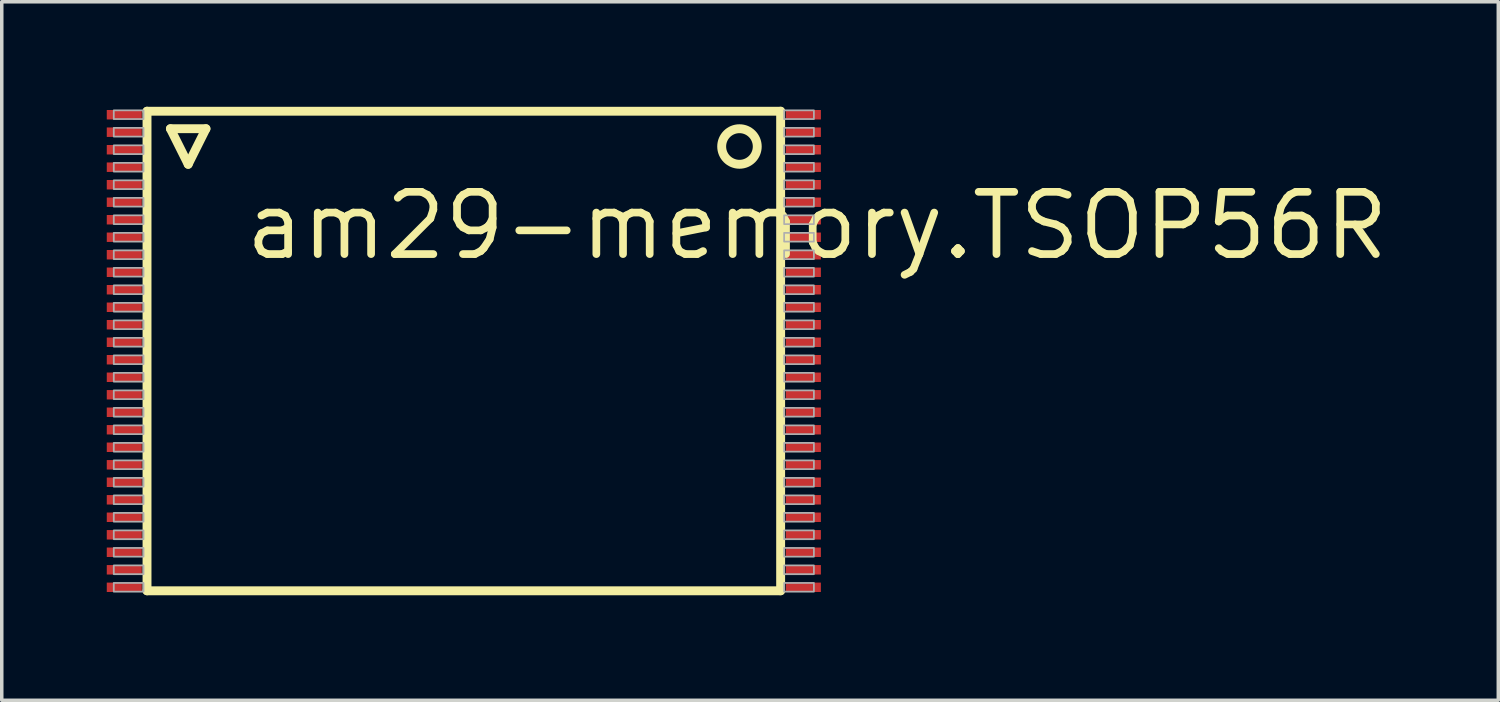
<source format=kicad_pcb>
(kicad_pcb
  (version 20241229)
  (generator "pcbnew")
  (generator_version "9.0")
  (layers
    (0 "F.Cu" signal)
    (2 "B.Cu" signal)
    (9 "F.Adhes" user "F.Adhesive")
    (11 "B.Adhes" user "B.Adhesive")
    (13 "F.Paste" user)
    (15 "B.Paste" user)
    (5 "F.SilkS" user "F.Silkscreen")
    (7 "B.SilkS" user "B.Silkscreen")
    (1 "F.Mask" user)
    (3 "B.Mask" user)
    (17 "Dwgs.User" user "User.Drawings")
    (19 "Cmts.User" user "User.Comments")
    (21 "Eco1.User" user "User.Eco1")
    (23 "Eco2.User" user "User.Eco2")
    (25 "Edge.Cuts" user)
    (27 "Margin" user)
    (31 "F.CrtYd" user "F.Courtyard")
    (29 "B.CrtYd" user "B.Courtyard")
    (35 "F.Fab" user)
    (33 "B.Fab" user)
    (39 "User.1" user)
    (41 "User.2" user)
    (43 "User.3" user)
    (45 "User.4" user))
  (footprint "am29-memory.TSOP56R"
    (layer "F.Cu")
    (at 10.2 6.977)
    (property "Reference" "am29-memory.TSOP56R" (at -6.35 -2.54 0) (layer "F.SilkS") (effects (font (size 1.778 1.778) (thickness 0.22)) (justify left bottom)))
    (attr smd)
    (fp_line (start -9.05 -6.85) (end 9.05 -6.85) (stroke (width 0.254) (type default)) (layer "F.SilkS"))
    (fp_line (start -9.05 6.85) (end -9.05 -6.85) (stroke (width 0.254) (type default)) (layer "F.SilkS"))
    (fp_line (start -8.382 -6.35) (end -7.366 -6.35) (stroke (width 0.254) (type default)) (layer "F.SilkS"))
    (fp_line (start -7.874 -5.334) (end -8.382 -6.35) (stroke (width 0.254) (type default)) (layer "F.SilkS"))
    (fp_line (start -7.366 -6.35) (end -7.874 -5.334) (stroke (width 0.254) (type default)) (layer "F.SilkS"))
    (fp_line (start 9.05 -6.85) (end 9.05 6.85) (stroke (width 0.254) (type default)) (layer "F.SilkS"))
    (fp_line (start 9.05 6.85) (end -9.05 6.85) (stroke (width 0.254) (type default)) (layer "F.SilkS"))
    (fp_circle (center 7.874 -5.842) (end 8.382 -5.842) (stroke (width 0.254) (type default)) (fill no) (layer "F.SilkS"))
    (fp_rect (start -10 -6.625) (end -9.15 -6.875) (stroke (width 0.05) (type default)) (fill no) (layer "F.Fab"))
    (fp_rect (start -10 -6.125) (end -9.15 -6.375) (stroke (width 0.05) (type default)) (fill no) (layer "F.Fab"))
    (fp_rect (start -10 -5.625) (end -9.15 -5.875) (stroke (width 0.05) (type default)) (fill no) (layer "F.Fab"))
    (fp_rect (start -10 -5.125) (end -9.15 -5.375) (stroke (width 0.05) (type default)) (fill no) (layer "F.Fab"))
    (fp_rect (start -10 -4.625) (end -9.15 -4.875) (stroke (width 0.05) (type default)) (fill no) (layer "F.Fab"))
    (fp_rect (start -10 -4.125) (end -9.15 -4.375) (stroke (width 0.05) (type default)) (fill no) (layer "F.Fab"))
    (fp_rect (start -10 -3.625) (end -9.15 -3.875) (stroke (width 0.05) (type default)) (fill no) (layer "F.Fab"))
    (fp_rect (start -10 -3.125) (end -9.15 -3.375) (stroke (width 0.05) (type default)) (fill no) (layer "F.Fab"))
    (fp_rect (start -10 -2.625) (end -9.15 -2.875) (stroke (width 0.05) (type default)) (fill no) (layer "F.Fab"))
    (fp_rect (start -10 -2.125) (end -9.15 -2.375) (stroke (width 0.05) (type default)) (fill no) (layer "F.Fab"))
    (fp_rect (start -10 -1.625) (end -9.15 -1.875) (stroke (width 0.05) (type default)) (fill no) (layer "F.Fab"))
    (fp_rect (start -10 -1.125) (end -9.15 -1.375) (stroke (width 0.05) (type default)) (fill no) (layer "F.Fab"))
    (fp_rect (start -10 -0.625) (end -9.15 -0.875) (stroke (width 0.05) (type default)) (fill no) (layer "F.Fab"))
    (fp_rect (start -10 -0.125) (end -9.15 -0.375) (stroke (width 0.05) (type default)) (fill no) (layer "F.Fab"))
    (fp_rect (start -10 0.375) (end -9.15 0.125) (stroke (width 0.05) (type default)) (fill no) (layer "F.Fab"))
    (fp_rect (start -10 0.875) (end -9.15 0.625) (stroke (width 0.05) (type default)) (fill no) (layer "F.Fab"))
    (fp_rect (start -10 1.375) (end -9.15 1.125) (stroke (width 0.05) (type default)) (fill no) (layer "F.Fab"))
    (fp_rect (start -10 1.875) (end -9.15 1.625) (stroke (width 0.05) (type default)) (fill no) (layer "F.Fab"))
    (fp_rect (start -10 2.375) (end -9.15 2.125) (stroke (width 0.05) (type default)) (fill no) (layer "F.Fab"))
    (fp_rect (start -10 2.875) (end -9.15 2.625) (stroke (width 0.05) (type default)) (fill no) (layer "F.Fab"))
    (fp_rect (start -10 3.375) (end -9.15 3.125) (stroke (width 0.05) (type default)) (fill no) (layer "F.Fab"))
    (fp_rect (start -10 3.875) (end -9.15 3.625) (stroke (width 0.05) (type default)) (fill no) (layer "F.Fab"))
    (fp_rect (start -10 4.375) (end -9.15 4.125) (stroke (width 0.05) (type default)) (fill no) (layer "F.Fab"))
    (fp_rect (start -10 4.875) (end -9.15 4.625) (stroke (width 0.05) (type default)) (fill no) (layer "F.Fab"))
    (fp_rect (start -10 5.375) (end -9.15 5.125) (stroke (width 0.05) (type default)) (fill no) (layer "F.Fab"))
    (fp_rect (start -10 5.875) (end -9.15 5.625) (stroke (width 0.05) (type default)) (fill no) (layer "F.Fab"))
    (fp_rect (start -10 6.375) (end -9.15 6.125) (stroke (width 0.05) (type default)) (fill no) (layer "F.Fab"))
    (fp_rect (start -10 6.875) (end -9.15 6.625) (stroke (width 0.05) (type default)) (fill no) (layer "F.Fab"))
    (fp_rect (start 9.15 -6.625) (end 10 -6.875) (stroke (width 0.05) (type default)) (fill no) (layer "F.Fab"))
    (fp_rect (start 9.15 -6.125) (end 10 -6.375) (stroke (width 0.05) (type default)) (fill no) (layer "F.Fab"))
    (fp_rect (start 9.15 -5.625) (end 10 -5.875) (stroke (width 0.05) (type default)) (fill no) (layer "F.Fab"))
    (fp_rect (start 9.15 -5.125) (end 10 -5.375) (stroke (width 0.05) (type default)) (fill no) (layer "F.Fab"))
    (fp_rect (start 9.15 -4.625) (end 10 -4.875) (stroke (width 0.05) (type default)) (fill no) (layer "F.Fab"))
    (fp_rect (start 9.15 -4.125) (end 10 -4.375) (stroke (width 0.05) (type default)) (fill no) (layer "F.Fab"))
    (fp_rect (start 9.15 -3.625) (end 10 -3.875) (stroke (width 0.05) (type default)) (fill no) (layer "F.Fab"))
    (fp_rect (start 9.15 -3.125) (end 10 -3.375) (stroke (width 0.05) (type default)) (fill no) (layer "F.Fab"))
    (fp_rect (start 9.15 -2.625) (end 10 -2.875) (stroke (width 0.05) (type default)) (fill no) (layer "F.Fab"))
    (fp_rect (start 9.15 -2.125) (end 10 -2.375) (stroke (width 0.05) (type default)) (fill no) (layer "F.Fab"))
    (fp_rect (start 9.15 -1.625) (end 10 -1.875) (stroke (width 0.05) (type default)) (fill no) (layer "F.Fab"))
    (fp_rect (start 9.15 -1.125) (end 10 -1.375) (stroke (width 0.05) (type default)) (fill no) (layer "F.Fab"))
    (fp_rect (start 9.15 -0.625) (end 10 -0.875) (stroke (width 0.05) (type default)) (fill no) (layer "F.Fab"))
    (fp_rect (start 9.15 -0.125) (end 10 -0.375) (stroke (width 0.05) (type default)) (fill no) (layer "F.Fab"))
    (fp_rect (start 9.15 0.375) (end 10 0.125) (stroke (width 0.05) (type default)) (fill no) (layer "F.Fab"))
    (fp_rect (start 9.15 0.875) (end 10 0.625) (stroke (width 0.05) (type default)) (fill no) (layer "F.Fab"))
    (fp_rect (start 9.15 1.375) (end 10 1.125) (stroke (width 0.05) (type default)) (fill no) (layer "F.Fab"))
    (fp_rect (start 9.15 1.875) (end 10 1.625) (stroke (width 0.05) (type default)) (fill no) (layer "F.Fab"))
    (fp_rect (start 9.15 2.375) (end 10 2.125) (stroke (width 0.05) (type default)) (fill no) (layer "F.Fab"))
    (fp_rect (start 9.15 2.875) (end 10 2.625) (stroke (width 0.05) (type default)) (fill no) (layer "F.Fab"))
    (fp_rect (start 9.15 3.375) (end 10 3.125) (stroke (width 0.05) (type default)) (fill no) (layer "F.Fab"))
    (fp_rect (start 9.15 3.875) (end 10 3.625) (stroke (width 0.05) (type default)) (fill no) (layer "F.Fab"))
    (fp_rect (start 9.15 4.375) (end 10 4.125) (stroke (width 0.05) (type default)) (fill no) (layer "F.Fab"))
    (fp_rect (start 9.15 4.875) (end 10 4.625) (stroke (width 0.05) (type default)) (fill no) (layer "F.Fab"))
    (fp_rect (start 9.15 5.375) (end 10 5.125) (stroke (width 0.05) (type default)) (fill no) (layer "F.Fab"))
    (fp_rect (start 9.15 5.875) (end 10 5.625) (stroke (width 0.05) (type default)) (fill no) (layer "F.Fab"))
    (fp_rect (start 9.15 6.375) (end 10 6.125) (stroke (width 0.05) (type default)) (fill no) (layer "F.Fab"))
    (fp_rect (start 9.15 6.875) (end 10 6.625) (stroke (width 0.05) (type default)) (fill no) (layer "F.Fab"))
    (pad "1" smd roundrect (at -9.7 -6.75) (size 1 0.27) (layers "F.Cu" "F.Mask" "F.Paste") (roundrect_rratio 0.01))
    (pad "2" smd roundrect (at -9.7 -6.25) (size 1 0.27) (layers "F.Cu" "F.Mask" "F.Paste") (roundrect_rratio 0.01))
    (pad "3" smd roundrect (at -9.7 -5.75) (size 1 0.27) (layers "F.Cu" "F.Mask" "F.Paste") (roundrect_rratio 0.01))
    (pad "4" smd roundrect (at -9.7 -5.25) (size 1 0.27) (layers "F.Cu" "F.Mask" "F.Paste") (roundrect_rratio 0.01))
    (pad "5" smd roundrect (at -9.7 -4.75) (size 1 0.27) (layers "F.Cu" "F.Mask" "F.Paste") (roundrect_rratio 0.01))
    (pad "6" smd roundrect (at -9.7 -4.25) (size 1 0.27) (layers "F.Cu" "F.Mask" "F.Paste") (roundrect_rratio 0.01))
    (pad "7" smd roundrect (at -9.7 -3.75) (size 1 0.27) (layers "F.Cu" "F.Mask" "F.Paste") (roundrect_rratio 0.01))
    (pad "8" smd roundrect (at -9.7 -3.25) (size 1 0.27) (layers "F.Cu" "F.Mask" "F.Paste") (roundrect_rratio 0.01))
    (pad "9" smd roundrect (at -9.7 -2.75) (size 1 0.27) (layers "F.Cu" "F.Mask" "F.Paste") (roundrect_rratio 0.01))
    (pad "10" smd roundrect (at -9.7 -2.25) (size 1 0.27) (layers "F.Cu" "F.Mask" "F.Paste") (roundrect_rratio 0.01))
    (pad "11" smd roundrect (at -9.7 -1.75) (size 1 0.27) (layers "F.Cu" "F.Mask" "F.Paste") (roundrect_rratio 0.01))
    (pad "12" smd roundrect (at -9.7 -1.25) (size 1 0.27) (layers "F.Cu" "F.Mask" "F.Paste") (roundrect_rratio 0.01))
    (pad "13" smd roundrect (at -9.7 -0.75) (size 1 0.27) (layers "F.Cu" "F.Mask" "F.Paste") (roundrect_rratio 0.01))
    (pad "14" smd roundrect (at -9.7 -0.25) (size 1 0.27) (layers "F.Cu" "F.Mask" "F.Paste") (roundrect_rratio 0.01))
    (pad "15" smd roundrect (at -9.7 0.25) (size 1 0.27) (layers "F.Cu" "F.Mask" "F.Paste") (roundrect_rratio 0.01))
    (pad "16" smd roundrect (at -9.7 0.75) (size 1 0.27) (layers "F.Cu" "F.Mask" "F.Paste") (roundrect_rratio 0.01))
    (pad "17" smd roundrect (at -9.7 1.25) (size 1 0.27) (layers "F.Cu" "F.Mask" "F.Paste") (roundrect_rratio 0.01))
    (pad "18" smd roundrect (at -9.7 1.75) (size 1 0.27) (layers "F.Cu" "F.Mask" "F.Paste") (roundrect_rratio 0.01))
    (pad "19" smd roundrect (at -9.7 2.25) (size 1 0.27) (layers "F.Cu" "F.Mask" "F.Paste") (roundrect_rratio 0.01))
    (pad "20" smd roundrect (at -9.7 2.75) (size 1 0.27) (layers "F.Cu" "F.Mask" "F.Paste") (roundrect_rratio 0.01))
    (pad "21" smd roundrect (at -9.7 3.25) (size 1 0.27) (layers "F.Cu" "F.Mask" "F.Paste") (roundrect_rratio 0.01))
    (pad "22" smd roundrect (at -9.7 3.75) (size 1 0.27) (layers "F.Cu" "F.Mask" "F.Paste") (roundrect_rratio 0.01))
    (pad "23" smd roundrect (at -9.7 4.25) (size 1 0.27) (layers "F.Cu" "F.Mask" "F.Paste") (roundrect_rratio 0.01))
    (pad "24" smd roundrect (at -9.7 4.75) (size 1 0.27) (layers "F.Cu" "F.Mask" "F.Paste") (roundrect_rratio 0.01))
    (pad "25" smd roundrect (at -9.7 5.25) (size 1 0.27) (layers "F.Cu" "F.Mask" "F.Paste") (roundrect_rratio 0.01))
    (pad "26" smd roundrect (at -9.7 5.75) (size 1 0.27) (layers "F.Cu" "F.Mask" "F.Paste") (roundrect_rratio 0.01))
    (pad "27" smd roundrect (at -9.7 6.25) (size 1 0.27) (layers "F.Cu" "F.Mask" "F.Paste") (roundrect_rratio 0.01))
    (pad "28" smd roundrect (at -9.7 6.75) (size 1 0.27) (layers "F.Cu" "F.Mask" "F.Paste") (roundrect_rratio 0.01))
    (pad "29" smd roundrect (at 9.7 6.75 180) (size 1 0.27) (layers "F.Cu" "F.Mask" "F.Paste") (roundrect_rratio 0.01))
    (pad "30" smd roundrect (at 9.7 6.25 180) (size 1 0.27) (layers "F.Cu" "F.Mask" "F.Paste") (roundrect_rratio 0.01))
    (pad "31" smd roundrect (at 9.7 5.75 180) (size 1 0.27) (layers "F.Cu" "F.Mask" "F.Paste") (roundrect_rratio 0.01))
    (pad "32" smd roundrect (at 9.7 5.25 180) (size 1 0.27) (layers "F.Cu" "F.Mask" "F.Paste") (roundrect_rratio 0.01))
    (pad "33" smd roundrect (at 9.7 4.75 180) (size 1 0.27) (layers "F.Cu" "F.Mask" "F.Paste") (roundrect_rratio 0.01))
    (pad "34" smd roundrect (at 9.7 4.25 180) (size 1 0.27) (layers "F.Cu" "F.Mask" "F.Paste") (roundrect_rratio 0.01))
    (pad "35" smd roundrect (at 9.7 3.75 180) (size 1 0.27) (layers "F.Cu" "F.Mask" "F.Paste") (roundrect_rratio 0.01))
    (pad "36" smd roundrect (at 9.7 3.25 180) (size 1 0.27) (layers "F.Cu" "F.Mask" "F.Paste") (roundrect_rratio 0.01))
    (pad "37" smd roundrect (at 9.7 2.75 180) (size 1 0.27) (layers "F.Cu" "F.Mask" "F.Paste") (roundrect_rratio 0.01))
    (pad "38" smd roundrect (at 9.7 2.25 180) (size 1 0.27) (layers "F.Cu" "F.Mask" "F.Paste") (roundrect_rratio 0.01))
    (pad "39" smd roundrect (at 9.7 1.75 180) (size 1 0.27) (layers "F.Cu" "F.Mask" "F.Paste") (roundrect_rratio 0.01))
    (pad "40" smd roundrect (at 9.7 1.25 180) (size 1 0.27) (layers "F.Cu" "F.Mask" "F.Paste") (roundrect_rratio 0.01))
    (pad "41" smd roundrect (at 9.7 0.75 180) (size 1 0.27) (layers "F.Cu" "F.Mask" "F.Paste") (roundrect_rratio 0.01))
    (pad "42" smd roundrect (at 9.7 0.25 180) (size 1 0.27) (layers "F.Cu" "F.Mask" "F.Paste") (roundrect_rratio 0.01))
    (pad "43" smd roundrect (at 9.7 -0.25 180) (size 1 0.27) (layers "F.Cu" "F.Mask" "F.Paste") (roundrect_rratio 0.01))
    (pad "44" smd roundrect (at 9.7 -0.75 180) (size 1 0.27) (layers "F.Cu" "F.Mask" "F.Paste") (roundrect_rratio 0.01))
    (pad "45" smd roundrect (at 9.7 -1.25 180) (size 1 0.27) (layers "F.Cu" "F.Mask" "F.Paste") (roundrect_rratio 0.01))
    (pad "46" smd roundrect (at 9.7 -1.75 180) (size 1 0.27) (layers "F.Cu" "F.Mask" "F.Paste") (roundrect_rratio 0.01))
    (pad "47" smd roundrect (at 9.7 -2.25 180) (size 1 0.27) (layers "F.Cu" "F.Mask" "F.Paste") (roundrect_rratio 0.01))
    (pad "48" smd roundrect (at 9.7 -2.75 180) (size 1 0.27) (layers "F.Cu" "F.Mask" "F.Paste") (roundrect_rratio 0.01))
    (pad "49" smd roundrect (at 9.7 -3.25 180) (size 1 0.27) (layers "F.Cu" "F.Mask" "F.Paste") (roundrect_rratio 0.01))
    (pad "50" smd roundrect (at 9.7 -3.75 180) (size 1 0.27) (layers "F.Cu" "F.Mask" "F.Paste") (roundrect_rratio 0.01))
    (pad "51" smd roundrect (at 9.7 -4.25 180) (size 1 0.27) (layers "F.Cu" "F.Mask" "F.Paste") (roundrect_rratio 0.01))
    (pad "52" smd roundrect (at 9.7 -4.75 180) (size 1 0.27) (layers "F.Cu" "F.Mask" "F.Paste") (roundrect_rratio 0.01))
    (pad "53" smd roundrect (at 9.7 -5.25 180) (size 1 0.27) (layers "F.Cu" "F.Mask" "F.Paste") (roundrect_rratio 0.01))
    (pad "54" smd roundrect (at 9.7 -5.75 180) (size 1 0.27) (layers "F.Cu" "F.Mask" "F.Paste") (roundrect_rratio 0.01))
    (pad "55" smd roundrect (at 9.7 -6.25 180) (size 1 0.27) (layers "F.Cu" "F.Mask" "F.Paste") (roundrect_rratio 0.01))
    (pad "56" smd roundrect (at 9.7 -6.75 180) (size 1 0.27) (layers "F.Cu" "F.Mask" "F.Paste") (roundrect_rratio 0.01)))
  (gr_rect
    (start -3 -3)
    (end 39.751 16.954)
    (stroke (width 0.1) (type default))
    (fill no)
    (layer "Edge.Cuts")))
</source>
